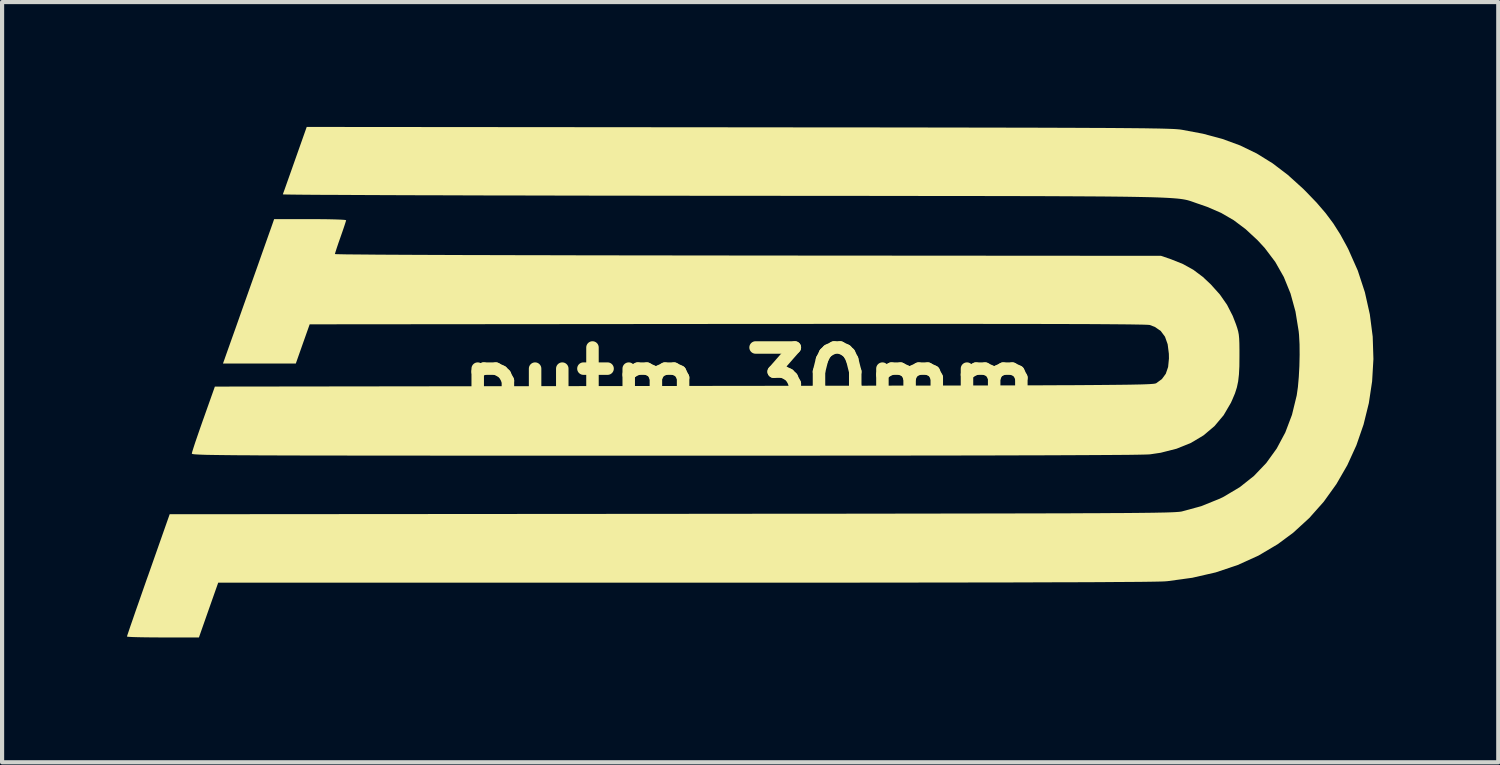
<source format=kicad_pcb>
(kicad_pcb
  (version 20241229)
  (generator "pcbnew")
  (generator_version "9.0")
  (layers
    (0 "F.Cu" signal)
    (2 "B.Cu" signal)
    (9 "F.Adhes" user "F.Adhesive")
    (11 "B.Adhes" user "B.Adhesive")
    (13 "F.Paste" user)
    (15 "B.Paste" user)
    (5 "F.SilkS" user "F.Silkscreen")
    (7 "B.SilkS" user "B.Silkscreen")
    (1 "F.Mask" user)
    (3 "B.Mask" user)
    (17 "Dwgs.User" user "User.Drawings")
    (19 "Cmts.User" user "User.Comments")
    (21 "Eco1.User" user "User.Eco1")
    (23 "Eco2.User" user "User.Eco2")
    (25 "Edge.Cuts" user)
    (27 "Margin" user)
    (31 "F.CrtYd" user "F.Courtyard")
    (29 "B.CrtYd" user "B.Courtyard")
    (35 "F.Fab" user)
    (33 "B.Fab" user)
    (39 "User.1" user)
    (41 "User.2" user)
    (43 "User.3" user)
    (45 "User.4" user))
  (footprint "putm_30mm"
    (layer "F.Cu")
    (at 14.96 6.134)
    (property "Reference" "putm_30mm" (at 0 0 0) (layer "F.SilkS") (effects (font (size 1.524 1.524) (thickness 0.3))))
    (attr board_only exclude_from_pos_files exclude_from_bom)
    (fp_poly (pts (xy -10.336 -3.918) (xy -10.136 -3.916) (xy -9.964 -3.912) (xy -9.828 -3.907) (xy -9.736 -3.901) (xy -9.695 -3.894) (xy -9.693 -3.893) (xy -9.703 -3.856) (xy -9.729 -3.775) (xy -9.768 -3.659) (xy -9.816 -3.521) (xy -9.828 -3.487) (xy -9.878 -3.345) (xy -9.919 -3.223) (xy -9.948 -3.132) (xy -9.962 -3.084) (xy -9.963 -3.08) (xy -9.933 -3.077) (xy -9.845 -3.075) (xy -9.699 -3.072) (xy -9.498 -3.07) (xy -9.242 -3.068) (xy -8.933 -3.065) (xy -8.572 -3.063) (xy -8.16 -3.061) (xy -7.699 -3.059) (xy -7.189 -3.057) (xy -6.633 -3.055) (xy -6.032 -3.054) (xy -5.387 -3.052) (xy -4.698 -3.051) (xy -3.969 -3.049) (xy -3.199 -3.048) (xy -2.39 -3.047) (xy -1.544 -3.046) (xy -0.661 -3.045) (xy -0.037 -3.044) (xy 9.888 -3.037) (xy 10.127 -2.955) (xy 10.414 -2.84) (xy 10.663 -2.702) (xy 10.894 -2.529) (xy 11.084 -2.35) (xy 11.302 -2.107) (xy 11.474 -1.86) (xy 11.611 -1.592) (xy 11.689 -1.391) (xy 11.719 -1.301) (xy 11.741 -1.223) (xy 11.756 -1.144) (xy 11.765 -1.052) (xy 11.77 -0.936) (xy 11.772 -0.781) (xy 11.772 -0.628) (xy 11.77 -0.384) (xy 11.76 -0.187) (xy 11.741 -0.021) (xy 11.71 0.125) (xy 11.665 0.267) (xy 11.602 0.416) (xy 11.567 0.494) (xy 11.392 0.793) (xy 11.172 1.055) (xy 10.909 1.277) (xy 10.605 1.459) (xy 10.261 1.598) (xy 9.879 1.695) (xy 9.623 1.733) (xy 9.571 1.736) (xy 9.47 1.739) (xy 9.321 1.742) (xy 9.123 1.745) (xy 8.875 1.747) (xy 8.577 1.749) (xy 8.228 1.751) (xy 7.827 1.753) (xy 7.374 1.755) (xy 6.868 1.757) (xy 6.309 1.758) (xy 5.695 1.76) (xy 5.028 1.761) (xy 4.305 1.762) (xy 3.526 1.763) (xy 2.691 1.764) (xy 1.799 1.764) (xy 0.849 1.765) (xy -0.159 1.765) (xy -1.226 1.765) (xy -2.033 1.765) (xy -3.015 1.765) (xy -3.939 1.765) (xy -4.807 1.765) (xy -5.62 1.765) (xy -6.38 1.765) (xy -7.089 1.765) (xy -7.749 1.764) (xy -8.361 1.764) (xy -8.928 1.764) (xy -9.451 1.763) (xy -9.932 1.762) (xy -10.372 1.762) (xy -10.773 1.761) (xy -11.138 1.76) (xy -11.467 1.759) (xy -11.763 1.758) (xy -12.028 1.756) (xy -12.262 1.755) (xy -12.469 1.753) (xy -12.649 1.751) (xy -12.805 1.749) (xy -12.938 1.747) (xy -13.05 1.745) (xy -13.142 1.742) (xy -13.217 1.739) (xy -13.277 1.736) (xy -13.322 1.733) (xy -13.355 1.73) (xy -13.378 1.726) (xy -13.392 1.722) (xy -13.399 1.718) (xy -13.401 1.713) (xy -13.401 1.713) (xy -13.391 1.672) (xy -13.363 1.582) (xy -13.321 1.452) (xy -13.265 1.289) (xy -13.2 1.101) (xy -13.128 0.896) (xy -13.123 0.883) (xy -12.847 0.105) (xy -1.584 0.09) (xy -0.606 0.088) (xy 0.314 0.087) (xy 1.178 0.086) (xy 1.988 0.085) (xy 2.745 0.084) (xy 3.45 0.082) (xy 4.107 0.081) (xy 4.717 0.08) (xy 5.28 0.079) (xy 5.801 0.078) (xy 6.279 0.076) (xy 6.716 0.075) (xy 7.116 0.074) (xy 7.479 0.072) (xy 7.807 0.071) (xy 8.101 0.069) (xy 8.365 0.067) (xy 8.599 0.065) (xy 8.805 0.063) (xy 8.986 0.061) (xy 9.142 0.059) (xy 9.276 0.056) (xy 9.389 0.054) (xy 9.483 0.051) (xy 9.561 0.048) (xy 9.623 0.045) (xy 9.672 0.041) (xy 9.709 0.038) (xy 9.736 0.034) (xy 9.755 0.03) (xy 9.768 0.026) (xy 9.772 0.024) (xy 9.908 -0.075) (xy 10.002 -0.203) (xy 10.058 -0.366) (xy 10.078 -0.57) (xy 10.076 -0.684) (xy 10.047 -0.912) (xy 9.983 -1.093) (xy 9.881 -1.231) (xy 9.741 -1.328) (xy 9.618 -1.375) (xy 9.59 -1.378) (xy 9.529 -1.381) (xy 9.434 -1.384) (xy 9.303 -1.386) (xy 9.135 -1.389) (xy 8.93 -1.391) (xy 8.685 -1.393) (xy 8.399 -1.395) (xy 8.071 -1.397) (xy 7.7 -1.398) (xy 7.285 -1.399) (xy 6.824 -1.4) (xy 6.316 -1.401) (xy 5.759 -1.401) (xy 5.153 -1.402) (xy 4.496 -1.402) (xy 3.787 -1.402) (xy 3.024 -1.402) (xy 2.206 -1.402) (xy 1.333 -1.401) (xy 0.402 -1.401) (xy -0.535 -1.4) (xy -10.569 -1.391) (xy -10.736 -0.92) (xy -10.902 -0.449) (xy -12.652 -0.449) (xy -12.612 -0.561) (xy -12.592 -0.619) (xy -12.554 -0.726) (xy -12.501 -0.875) (xy -12.435 -1.061) (xy -12.358 -1.276) (xy -12.274 -1.514) (xy -12.184 -1.769) (xy -12.09 -2.033) (xy -11.995 -2.301) (xy -11.901 -2.566) (xy -11.81 -2.822) (xy -11.726 -3.061) (xy -11.649 -3.278) (xy -11.583 -3.465) (xy -11.529 -3.617) (xy -11.49 -3.726) (xy -11.469 -3.787) (xy -11.467 -3.792) (xy -11.423 -3.919) (xy -10.558 -3.919)) (stroke (width 0) (type solid)) (fill yes) (layer "F.SilkS"))
    (fp_poly (pts (xy -0.286 -6.125) (xy 0.655 -6.124) (xy 1.538 -6.123) (xy 2.364 -6.123) (xy 3.137 -6.122) (xy 3.858 -6.121) (xy 4.528 -6.12) (xy 5.149 -6.119) (xy 5.724 -6.118) (xy 6.254 -6.117) (xy 6.742 -6.116) (xy 7.188 -6.115) (xy 7.596 -6.113) (xy 7.966 -6.112) (xy 8.301 -6.11) (xy 8.603 -6.109) (xy 8.873 -6.107) (xy 9.113 -6.105) (xy 9.326 -6.103) (xy 9.513 -6.101) (xy 9.676 -6.098) (xy 9.818 -6.096) (xy 9.939 -6.093) (xy 10.041 -6.09) (xy 10.128 -6.087) (xy 10.199 -6.084) (xy 10.259 -6.08) (xy 10.307 -6.076) (xy 10.347 -6.072) (xy 10.38 -6.067) (xy 10.383 -6.067) (xy 10.895 -5.971) (xy 11.361 -5.846) (xy 11.789 -5.689) (xy 12.189 -5.495) (xy 12.568 -5.26) (xy 12.937 -4.979) (xy 13.303 -4.648) (xy 13.374 -4.577) (xy 13.628 -4.313) (xy 13.841 -4.065) (xy 14.027 -3.816) (xy 14.195 -3.551) (xy 14.357 -3.255) (xy 14.39 -3.19) (xy 14.615 -2.683) (xy 14.786 -2.161) (xy 14.905 -1.63) (xy 14.974 -1.094) (xy 14.991 -0.557) (xy 14.96 -0.023) (xy 14.881 0.503) (xy 14.754 1.017) (xy 14.582 1.515) (xy 14.364 1.993) (xy 14.102 2.447) (xy 13.798 2.871) (xy 13.451 3.262) (xy 13.063 3.617) (xy 12.69 3.893) (xy 12.229 4.166) (xy 11.731 4.392) (xy 11.201 4.57) (xy 10.638 4.699) (xy 10.046 4.78) (xy 9.983 4.785) (xy 9.918 4.788) (xy 9.8 4.791) (xy 9.629 4.794) (xy 9.405 4.797) (xy 9.127 4.799) (xy 8.795 4.801) (xy 8.409 4.804) (xy 7.968 4.806) (xy 7.471 4.807) (xy 6.919 4.809) (xy 6.311 4.811) (xy 5.647 4.812) (xy 4.926 4.813) (xy 4.148 4.814) (xy 3.312 4.815) (xy 2.418 4.816) (xy 1.466 4.816) (xy 0.455 4.816) (xy -0.615 4.817) (xy -1.583 4.817) (xy -12.767 4.817) (xy -12.999 5.475) (xy -13.23 6.133) (xy -14.095 6.133) (xy -14.315 6.132) (xy -14.515 6.13) (xy -14.687 6.127) (xy -14.823 6.123) (xy -14.915 6.118) (xy -14.958 6.112) (xy -14.96 6.111) (xy -14.95 6.079) (xy -14.922 5.996) (xy -14.879 5.868) (xy -14.82 5.699) (xy -14.75 5.495) (xy -14.668 5.262) (xy -14.578 5.004) (xy -14.481 4.727) (xy -14.446 4.63) (xy -13.933 3.172) (xy -1.888 3.163) (xy -0.872 3.162) (xy 0.087 3.161) (xy 0.988 3.16) (xy 1.836 3.16) (xy 2.63 3.159) (xy 3.373 3.158) (xy 4.066 3.157) (xy 4.712 3.156) (xy 5.312 3.155) (xy 5.868 3.154) (xy 6.381 3.153) (xy 6.853 3.152) (xy 7.287 3.151) (xy 7.683 3.15) (xy 8.043 3.148) (xy 8.369 3.147) (xy 8.664 3.145) (xy 8.928 3.144) (xy 9.163 3.142) (xy 9.371 3.14) (xy 9.554 3.138) (xy 9.714 3.136) (xy 9.852 3.133) (xy 9.969 3.131) (xy 10.069 3.128) (xy 10.152 3.125) (xy 10.22 3.122) (xy 10.275 3.118) (xy 10.319 3.115) (xy 10.353 3.111) (xy 10.379 3.107) (xy 10.389 3.105) (xy 10.855 2.978) (xy 11.302 2.797) (xy 11.399 2.749) (xy 11.781 2.521) (xy 12.12 2.252) (xy 12.416 1.942) (xy 12.667 1.594) (xy 12.874 1.207) (xy 13.034 0.784) (xy 13.146 0.325) (xy 13.149 0.31) (xy 13.177 0.113) (xy 13.198 -0.126) (xy 13.212 -0.388) (xy 13.218 -0.656) (xy 13.216 -0.911) (xy 13.204 -1.136) (xy 13.195 -1.225) (xy 13.118 -1.699) (xy 12.999 -2.132) (xy 12.838 -2.528) (xy 12.632 -2.891) (xy 12.379 -3.226) (xy 12.206 -3.413) (xy 11.921 -3.677) (xy 11.634 -3.893) (xy 11.332 -4.068) (xy 11 -4.212) (xy 10.808 -4.279) (xy 10.757 -4.296) (xy 10.712 -4.312) (xy 10.672 -4.326) (xy 10.633 -4.34) (xy 10.595 -4.353) (xy 10.556 -4.365) (xy 10.512 -4.377) (xy 10.464 -4.387) (xy 10.408 -4.397) (xy 10.343 -4.406) (xy 10.267 -4.414) (xy 10.178 -4.421) (xy 10.074 -4.428) (xy 9.954 -4.434) (xy 9.815 -4.44) (xy 9.655 -4.445) (xy 9.474 -4.449) (xy 9.267 -4.453) (xy 9.035 -4.457) (xy 8.775 -4.46) (xy 8.485 -4.463) (xy 8.163 -4.465) (xy 7.807 -4.467) (xy 7.416 -4.469) (xy 6.987 -4.471) (xy 6.519 -4.472) (xy 6.009 -4.473) (xy 5.457 -4.474) (xy 4.859 -4.475) (xy 4.215 -4.475) (xy 3.522 -4.476) (xy 2.778 -4.477) (xy 1.981 -4.477) (xy 1.13 -4.478) (xy 0.223 -4.479) (xy -0.593 -4.479) (xy -1.387 -4.48) (xy -2.165 -4.481) (xy -2.926 -4.482) (xy -3.667 -4.483) (xy -4.386 -4.484) (xy -5.081 -4.486) (xy -5.75 -4.487) (xy -6.391 -4.488) (xy -7.002 -4.49) (xy -7.58 -4.492) (xy -8.123 -4.493) (xy -8.63 -4.495) (xy -9.098 -4.497) (xy -9.525 -4.499) (xy -9.909 -4.501) (xy -10.248 -4.502) (xy -10.54 -4.504) (xy -10.782 -4.506) (xy -10.972 -4.508) (xy -11.109 -4.51) (xy -11.19 -4.512) (xy -11.214 -4.514) (xy -11.202 -4.548) (xy -11.172 -4.63) (xy -11.128 -4.755) (xy -11.072 -4.913) (xy -11.006 -5.099) (xy -10.934 -5.303) (xy -10.922 -5.337) (xy -10.64 -6.134)) (stroke (width 0) (type solid)) (fill yes) (layer "F.SilkS")))
  (gr_rect
    (start -3 -3)
    (end 32.951 15.267)
    (stroke (width 0.1) (type default))
    (fill no)
    (layer "Edge.Cuts")))
</source>
